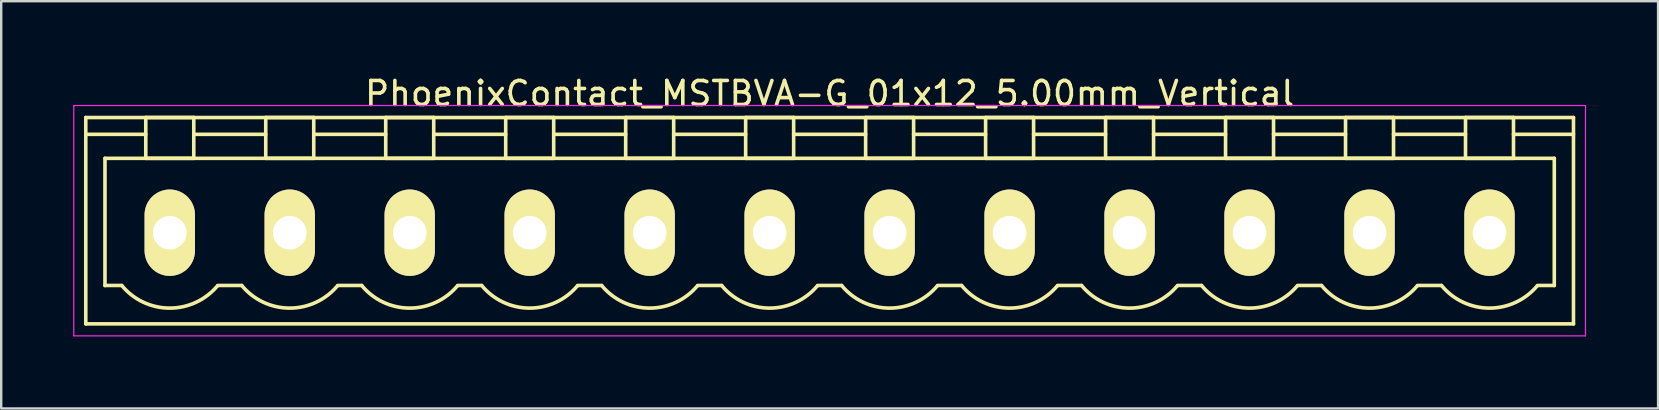
<source format=kicad_pcb>
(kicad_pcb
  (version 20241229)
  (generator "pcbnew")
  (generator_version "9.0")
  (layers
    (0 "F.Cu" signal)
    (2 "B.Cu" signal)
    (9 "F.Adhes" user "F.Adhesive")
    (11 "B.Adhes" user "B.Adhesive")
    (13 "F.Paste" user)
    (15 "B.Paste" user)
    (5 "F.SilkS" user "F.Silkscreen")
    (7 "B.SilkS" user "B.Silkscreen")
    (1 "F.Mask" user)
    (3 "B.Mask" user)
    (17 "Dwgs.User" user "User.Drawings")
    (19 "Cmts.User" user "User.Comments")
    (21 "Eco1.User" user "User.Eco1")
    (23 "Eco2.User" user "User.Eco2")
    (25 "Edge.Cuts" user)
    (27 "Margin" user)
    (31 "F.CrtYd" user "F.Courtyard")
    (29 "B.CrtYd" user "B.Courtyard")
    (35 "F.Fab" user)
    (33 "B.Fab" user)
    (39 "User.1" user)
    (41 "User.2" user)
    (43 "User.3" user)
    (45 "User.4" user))
  (footprint "PhoenixContact_MSTBVA-G_01x12_5.00mm_Vertical"
    (layer "F.Cu")
    (at 4.025 6.648)
    (property "Reference" "PhoenixContact_MSTBVA-G_01x12_5.00mm_Vertical" (at 27.5 -5.8 0) (layer "F.SilkS") (effects (font (size 1 1) (thickness 0.15))))
    (attr through_hole)
    (fp_line (start -3.5 -4.8) (end -3.5 3.8) (stroke (width 0.15) (type solid)) (layer "F.SilkS"))
    (fp_line (start -3.5 -4.1) (end -1 -4.1) (stroke (width 0.15) (type solid)) (layer "F.SilkS"))
    (fp_line (start -3.5 3.8) (end 58.5 3.8) (stroke (width 0.15) (type solid)) (layer "F.SilkS"))
    (fp_line (start -2.7 -3.1) (end 57.7 -3.1) (stroke (width 0.15) (type solid)) (layer "F.SilkS"))
    (fp_line (start -2.7 2.2) (end -2.7 -3.1) (stroke (width 0.15) (type solid)) (layer "F.SilkS"))
    (fp_line (start -2 2.2) (end -2.7 2.2) (stroke (width 0.15) (type solid)) (layer "F.SilkS"))
    (fp_line (start -1 -4.8) (end 1 -4.8) (stroke (width 0.15) (type solid)) (layer "F.SilkS"))
    (fp_line (start -1 -3.1) (end -1 -4.8) (stroke (width 0.15) (type solid)) (layer "F.SilkS"))
    (fp_line (start 1 -4.8) (end 1 -3.1) (stroke (width 0.15) (type solid)) (layer "F.SilkS"))
    (fp_line (start 1 -4.1) (end 4 -4.1) (stroke (width 0.15) (type solid)) (layer "F.SilkS"))
    (fp_line (start 1 -3.1) (end -1 -3.1) (stroke (width 0.15) (type solid)) (layer "F.SilkS"))
    (fp_line (start 2 2.2) (end 3 2.2) (stroke (width 0.15) (type solid)) (layer "F.SilkS"))
    (fp_line (start 4 -4.8) (end 6 -4.8) (stroke (width 0.15) (type solid)) (layer "F.SilkS"))
    (fp_line (start 4 -3.1) (end 4 -4.8) (stroke (width 0.15) (type solid)) (layer "F.SilkS"))
    (fp_line (start 6 -4.8) (end 6 -3.1) (stroke (width 0.15) (type solid)) (layer "F.SilkS"))
    (fp_line (start 6 -4.1) (end 9 -4.1) (stroke (width 0.15) (type solid)) (layer "F.SilkS"))
    (fp_line (start 6 -3.1) (end 4 -3.1) (stroke (width 0.15) (type solid)) (layer "F.SilkS"))
    (fp_line (start 7 2.2) (end 8 2.2) (stroke (width 0.15) (type solid)) (layer "F.SilkS"))
    (fp_line (start 9 -4.8) (end 11 -4.8) (stroke (width 0.15) (type solid)) (layer "F.SilkS"))
    (fp_line (start 9 -3.1) (end 9 -4.8) (stroke (width 0.15) (type solid)) (layer "F.SilkS"))
    (fp_line (start 11 -4.8) (end 11 -3.1) (stroke (width 0.15) (type solid)) (layer "F.SilkS"))
    (fp_line (start 11 -4.1) (end 14 -4.1) (stroke (width 0.15) (type solid)) (layer "F.SilkS"))
    (fp_line (start 11 -3.1) (end 9 -3.1) (stroke (width 0.15) (type solid)) (layer "F.SilkS"))
    (fp_line (start 12 2.2) (end 13 2.2) (stroke (width 0.15) (type solid)) (layer "F.SilkS"))
    (fp_line (start 14 -4.8) (end 16 -4.8) (stroke (width 0.15) (type solid)) (layer "F.SilkS"))
    (fp_line (start 14 -3.1) (end 14 -4.8) (stroke (width 0.15) (type solid)) (layer "F.SilkS"))
    (fp_line (start 16 -4.8) (end 16 -3.1) (stroke (width 0.15) (type solid)) (layer "F.SilkS"))
    (fp_line (start 16 -4.1) (end 19 -4.1) (stroke (width 0.15) (type solid)) (layer "F.SilkS"))
    (fp_line (start 16 -3.1) (end 14 -3.1) (stroke (width 0.15) (type solid)) (layer "F.SilkS"))
    (fp_line (start 17 2.2) (end 18 2.2) (stroke (width 0.15) (type solid)) (layer "F.SilkS"))
    (fp_line (start 19 -4.8) (end 21 -4.8) (stroke (width 0.15) (type solid)) (layer "F.SilkS"))
    (fp_line (start 19 -3.1) (end 19 -4.8) (stroke (width 0.15) (type solid)) (layer "F.SilkS"))
    (fp_line (start 21 -4.8) (end 21 -3.1) (stroke (width 0.15) (type solid)) (layer "F.SilkS"))
    (fp_line (start 21 -4.1) (end 24 -4.1) (stroke (width 0.15) (type solid)) (layer "F.SilkS"))
    (fp_line (start 21 -3.1) (end 19 -3.1) (stroke (width 0.15) (type solid)) (layer "F.SilkS"))
    (fp_line (start 22 2.2) (end 23 2.2) (stroke (width 0.15) (type solid)) (layer "F.SilkS"))
    (fp_line (start 24 -4.8) (end 26 -4.8) (stroke (width 0.15) (type solid)) (layer "F.SilkS"))
    (fp_line (start 24 -3.1) (end 24 -4.8) (stroke (width 0.15) (type solid)) (layer "F.SilkS"))
    (fp_line (start 26 -4.8) (end 26 -3.1) (stroke (width 0.15) (type solid)) (layer "F.SilkS"))
    (fp_line (start 26 -4.1) (end 29 -4.1) (stroke (width 0.15) (type solid)) (layer "F.SilkS"))
    (fp_line (start 26 -3.1) (end 24 -3.1) (stroke (width 0.15) (type solid)) (layer "F.SilkS"))
    (fp_line (start 27 2.2) (end 28 2.2) (stroke (width 0.15) (type solid)) (layer "F.SilkS"))
    (fp_line (start 29 -4.8) (end 31 -4.8) (stroke (width 0.15) (type solid)) (layer "F.SilkS"))
    (fp_line (start 29 -3.1) (end 29 -4.8) (stroke (width 0.15) (type solid)) (layer "F.SilkS"))
    (fp_line (start 31 -4.8) (end 31 -3.1) (stroke (width 0.15) (type solid)) (layer "F.SilkS"))
    (fp_line (start 31 -4.1) (end 34 -4.1) (stroke (width 0.15) (type solid)) (layer "F.SilkS"))
    (fp_line (start 31 -3.1) (end 29 -3.1) (stroke (width 0.15) (type solid)) (layer "F.SilkS"))
    (fp_line (start 32 2.2) (end 33 2.2) (stroke (width 0.15) (type solid)) (layer "F.SilkS"))
    (fp_line (start 34 -4.8) (end 36 -4.8) (stroke (width 0.15) (type solid)) (layer "F.SilkS"))
    (fp_line (start 34 -3.1) (end 34 -4.8) (stroke (width 0.15) (type solid)) (layer "F.SilkS"))
    (fp_line (start 36 -4.8) (end 36 -3.1) (stroke (width 0.15) (type solid)) (layer "F.SilkS"))
    (fp_line (start 36 -4.1) (end 39 -4.1) (stroke (width 0.15) (type solid)) (layer "F.SilkS"))
    (fp_line (start 36 -3.1) (end 34 -3.1) (stroke (width 0.15) (type solid)) (layer "F.SilkS"))
    (fp_line (start 37 2.2) (end 38 2.2) (stroke (width 0.15) (type solid)) (layer "F.SilkS"))
    (fp_line (start 39 -4.8) (end 41 -4.8) (stroke (width 0.15) (type solid)) (layer "F.SilkS"))
    (fp_line (start 39 -3.1) (end 39 -4.8) (stroke (width 0.15) (type solid)) (layer "F.SilkS"))
    (fp_line (start 41 -4.8) (end 41 -3.1) (stroke (width 0.15) (type solid)) (layer "F.SilkS"))
    (fp_line (start 41 -4.1) (end 44 -4.1) (stroke (width 0.15) (type solid)) (layer "F.SilkS"))
    (fp_line (start 41 -3.1) (end 39 -3.1) (stroke (width 0.15) (type solid)) (layer "F.SilkS"))
    (fp_line (start 42 2.2) (end 43 2.2) (stroke (width 0.15) (type solid)) (layer "F.SilkS"))
    (fp_line (start 44 -4.8) (end 46 -4.8) (stroke (width 0.15) (type solid)) (layer "F.SilkS"))
    (fp_line (start 44 -3.1) (end 44 -4.8) (stroke (width 0.15) (type solid)) (layer "F.SilkS"))
    (fp_line (start 46 -4.8) (end 46 -3.1) (stroke (width 0.15) (type solid)) (layer "F.SilkS"))
    (fp_line (start 46 -4.1) (end 49 -4.1) (stroke (width 0.15) (type solid)) (layer "F.SilkS"))
    (fp_line (start 46 -3.1) (end 44 -3.1) (stroke (width 0.15) (type solid)) (layer "F.SilkS"))
    (fp_line (start 47 2.2) (end 48 2.2) (stroke (width 0.15) (type solid)) (layer "F.SilkS"))
    (fp_line (start 49 -4.8) (end 51 -4.8) (stroke (width 0.15) (type solid)) (layer "F.SilkS"))
    (fp_line (start 49 -3.1) (end 49 -4.8) (stroke (width 0.15) (type solid)) (layer "F.SilkS"))
    (fp_line (start 51 -4.8) (end 51 -3.1) (stroke (width 0.15) (type solid)) (layer "F.SilkS"))
    (fp_line (start 51 -4.1) (end 54 -4.1) (stroke (width 0.15) (type solid)) (layer "F.SilkS"))
    (fp_line (start 51 -3.1) (end 49 -3.1) (stroke (width 0.15) (type solid)) (layer "F.SilkS"))
    (fp_line (start 52 2.2) (end 53 2.2) (stroke (width 0.15) (type solid)) (layer "F.SilkS"))
    (fp_line (start 54 -4.8) (end 56 -4.8) (stroke (width 0.15) (type solid)) (layer "F.SilkS"))
    (fp_line (start 54 -3.1) (end 54 -4.8) (stroke (width 0.15) (type solid)) (layer "F.SilkS"))
    (fp_line (start 56 -4.8) (end 56 -3.1) (stroke (width 0.15) (type solid)) (layer "F.SilkS"))
    (fp_line (start 56 -3.1) (end 54 -3.1) (stroke (width 0.15) (type solid)) (layer "F.SilkS"))
    (fp_line (start 57.7 -3.1) (end 57.7 2.2) (stroke (width 0.15) (type solid)) (layer "F.SilkS"))
    (fp_line (start 57.7 2.2) (end 57 2.2) (stroke (width 0.15) (type solid)) (layer "F.SilkS"))
    (fp_line (start 58.5 -4.8) (end -3.5 -4.8) (stroke (width 0.15) (type solid)) (layer "F.SilkS"))
    (fp_line (start 58.5 -4.1) (end 56 -4.1) (stroke (width 0.15) (type solid)) (layer "F.SilkS"))
    (fp_line (start 58.5 3.8) (end 58.5 -4.8) (stroke (width 0.15) (type solid)) (layer "F.SilkS"))
    (fp_arc (start 1.986842 2.215821) (mid -0.010289 3.142758) (end -2 2.2) (stroke (width 0.15) (type solid)) (layer "F.SilkS"))
    (fp_arc (start 6.986842 2.215821) (mid 4.989711 3.142758) (end 3 2.2) (stroke (width 0.15) (type solid)) (layer "F.SilkS"))
    (fp_arc (start 11.986842 2.215821) (mid 9.989711 3.142758) (end 8 2.2) (stroke (width 0.15) (type solid)) (layer "F.SilkS"))
    (fp_arc (start 16.986842 2.215821) (mid 14.989711 3.142758) (end 13 2.2) (stroke (width 0.15) (type solid)) (layer "F.SilkS"))
    (fp_arc (start 21.986842 2.215821) (mid 19.989711 3.142758) (end 18 2.2) (stroke (width 0.15) (type solid)) (layer "F.SilkS"))
    (fp_arc (start 26.986842 2.215821) (mid 24.989711 3.142758) (end 23 2.2) (stroke (width 0.15) (type solid)) (layer "F.SilkS"))
    (fp_arc (start 31.986842 2.215821) (mid 29.989711 3.142758) (end 28 2.2) (stroke (width 0.15) (type solid)) (layer "F.SilkS"))
    (fp_arc (start 36.986842 2.215821) (mid 34.989711 3.142758) (end 33 2.2) (stroke (width 0.15) (type solid)) (layer "F.SilkS"))
    (fp_arc (start 41.986842 2.215821) (mid 39.989711 3.142758) (end 38 2.2) (stroke (width 0.15) (type solid)) (layer "F.SilkS"))
    (fp_arc (start 46.986842 2.215821) (mid 44.989711 3.142758) (end 43 2.2) (stroke (width 0.15) (type solid)) (layer "F.SilkS"))
    (fp_arc (start 51.986842 2.215821) (mid 49.989711 3.142758) (end 48 2.2) (stroke (width 0.15) (type solid)) (layer "F.SilkS"))
    (fp_arc (start 56.986842 2.215821) (mid 54.989711 3.142758) (end 53 2.2) (stroke (width 0.15) (type solid)) (layer "F.SilkS"))
    (fp_line (start -4 -5.3) (end -4 4.3) (stroke (width 0.05) (type solid)) (layer "F.CrtYd"))
    (fp_line (start -4 4.3) (end 59 4.3) (stroke (width 0.05) (type solid)) (layer "F.CrtYd"))
    (fp_line (start 59 -5.3) (end -4 -5.3) (stroke (width 0.05) (type solid)) (layer "F.CrtYd"))
    (fp_line (start 59 4.3) (end 59 -5.3) (stroke (width 0.05) (type solid)) (layer "F.CrtYd"))
    (pad "1" thru_hole oval (at 0 0) (size 2.1 3.6) (drill 1.4) (layers "*.Cu" "*.Mask" "F.SilkS"))
    (pad "2" thru_hole oval (at 5 0) (size 2.1 3.6) (drill 1.4) (layers "*.Cu" "*.Mask" "F.SilkS"))
    (pad "3" thru_hole oval (at 10 0) (size 2.1 3.6) (drill 1.4) (layers "*.Cu" "*.Mask" "F.SilkS"))
    (pad "4" thru_hole oval (at 15 0) (size 2.1 3.6) (drill 1.4) (layers "*.Cu" "*.Mask" "F.SilkS"))
    (pad "5" thru_hole oval (at 20 0) (size 2.1 3.6) (drill 1.4) (layers "*.Cu" "*.Mask" "F.SilkS"))
    (pad "6" thru_hole oval (at 25 0) (size 2.1 3.6) (drill 1.4) (layers "*.Cu" "*.Mask" "F.SilkS"))
    (pad "7" thru_hole oval (at 30 0) (size 2.1 3.6) (drill 1.4) (layers "*.Cu" "*.Mask" "F.SilkS"))
    (pad "8" thru_hole oval (at 35 0) (size 2.1 3.6) (drill 1.4) (layers "*.Cu" "*.Mask" "F.SilkS"))
    (pad "9" thru_hole oval (at 40 0) (size 2.1 3.6) (drill 1.4) (layers "*.Cu" "*.Mask" "F.SilkS"))
    (pad "10" thru_hole oval (at 45 0) (size 2.1 3.6) (drill 1.4) (layers "*.Cu" "*.Mask" "F.SilkS"))
    (pad "11" thru_hole oval (at 50 0) (size 2.1 3.6) (drill 1.4) (layers "*.Cu" "*.Mask" "F.SilkS"))
    (pad "12" thru_hole oval (at 55 0) (size 2.1 3.6) (drill 1.4) (layers "*.Cu" "*.Mask" "F.SilkS")))
  (gr_rect
    (start -3 -3)
    (end 66.05 13.973)
    (stroke (width 0.1) (type default))
    (fill no)
    (layer "Edge.Cuts")))
</source>
